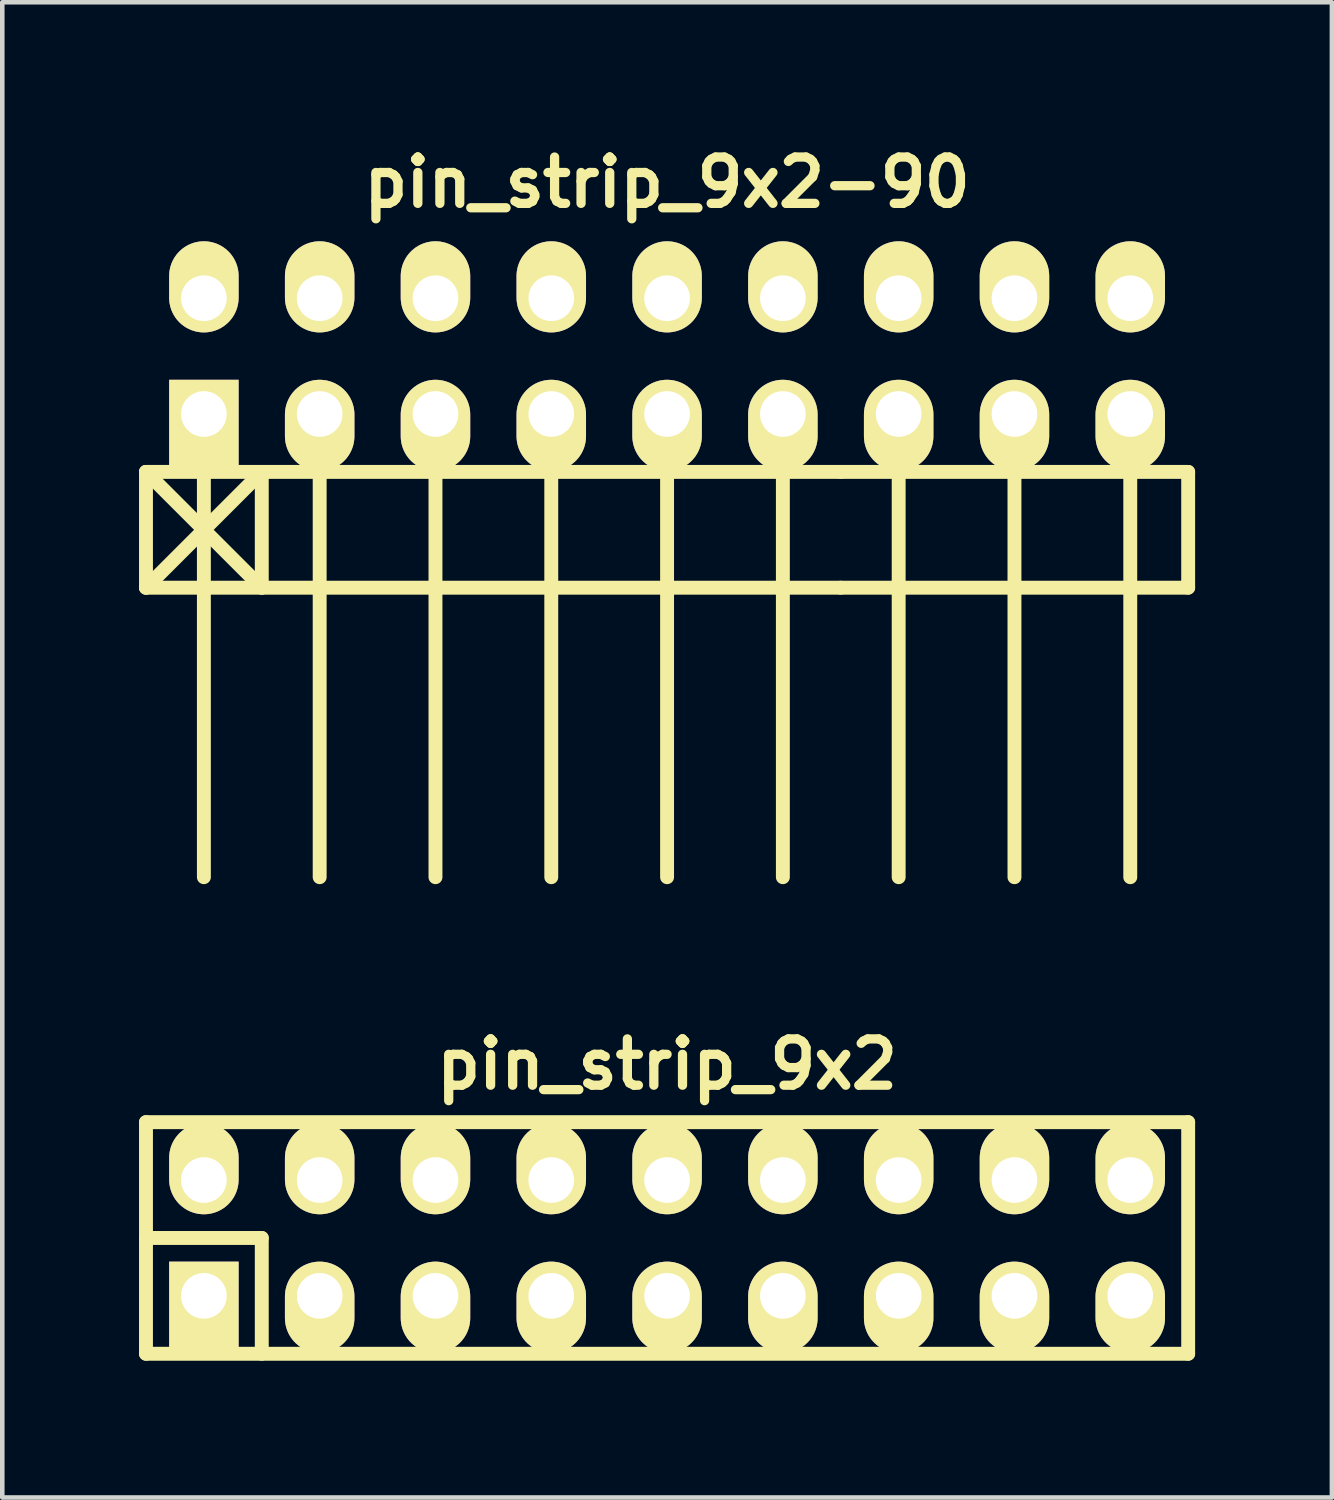
<source format=kicad_pcb>
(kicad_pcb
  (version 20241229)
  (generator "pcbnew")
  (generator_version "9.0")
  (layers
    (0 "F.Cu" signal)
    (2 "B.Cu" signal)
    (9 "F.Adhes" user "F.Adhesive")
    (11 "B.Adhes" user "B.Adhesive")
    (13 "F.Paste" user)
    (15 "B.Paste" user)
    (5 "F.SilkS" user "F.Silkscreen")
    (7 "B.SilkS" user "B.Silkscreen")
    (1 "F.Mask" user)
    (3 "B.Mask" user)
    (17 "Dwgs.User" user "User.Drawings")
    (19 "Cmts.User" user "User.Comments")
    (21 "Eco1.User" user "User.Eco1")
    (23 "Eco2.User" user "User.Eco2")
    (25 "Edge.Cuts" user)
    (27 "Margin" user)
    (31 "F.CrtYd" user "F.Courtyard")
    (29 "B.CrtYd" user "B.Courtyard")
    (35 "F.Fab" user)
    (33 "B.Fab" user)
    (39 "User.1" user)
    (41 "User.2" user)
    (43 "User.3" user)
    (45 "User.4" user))
  (footprint "pin_strip_9x2-90"
    (layer "F.Cu")
    (at 11.582 4.761)
    (property "Reference" "pin_strip_9x2-90" (at 0 -3.81 0) (layer "F.SilkS") (effects (font (size 1.016 1.016) (thickness 0.203))))
    (attr through_hole)
    (fp_line (start -11.43 2.54) (end -8.89 5.08) (stroke (width 0.305) (type solid)) (layer "F.SilkS"))
    (fp_line (start -11.43 2.54) (end 3.81 2.54) (stroke (width 0.305) (type solid)) (layer "F.SilkS"))
    (fp_line (start -11.43 5.08) (end -11.43 2.54) (stroke (width 0.305) (type solid)) (layer "F.SilkS"))
    (fp_line (start -10.16 1.27) (end -10.16 11.43) (stroke (width 0.305) (type solid)) (layer "F.SilkS"))
    (fp_line (start -8.89 2.54) (end -11.43 5.08) (stroke (width 0.305) (type solid)) (layer "F.SilkS"))
    (fp_line (start -8.89 5.08) (end -8.89 2.54) (stroke (width 0.305) (type solid)) (layer "F.SilkS"))
    (fp_line (start -7.62 1.27) (end -7.62 11.43) (stroke (width 0.305) (type solid)) (layer "F.SilkS"))
    (fp_line (start -5.08 11.43) (end -5.08 1.27) (stroke (width 0.305) (type solid)) (layer "F.SilkS"))
    (fp_line (start -2.54 1.27) (end -2.54 11.43) (stroke (width 0.305) (type solid)) (layer "F.SilkS"))
    (fp_line (start 0 1.27) (end 0 11.43) (stroke (width 0.305) (type solid)) (layer "F.SilkS"))
    (fp_line (start 2.54 1.27) (end 2.54 11.43) (stroke (width 0.305) (type solid)) (layer "F.SilkS"))
    (fp_line (start 3.81 2.54) (end 11.43 2.54) (stroke (width 0.305) (type solid)) (layer "F.SilkS"))
    (fp_line (start 3.81 5.08) (end -11.43 5.08) (stroke (width 0.305) (type solid)) (layer "F.SilkS"))
    (fp_line (start 5.08 1.27) (end 5.08 11.43) (stroke (width 0.305) (type solid)) (layer "F.SilkS"))
    (fp_line (start 7.62 1.27) (end 7.62 11.43) (stroke (width 0.305) (type solid)) (layer "F.SilkS"))
    (fp_line (start 10.16 1.27) (end 10.16 11.43) (stroke (width 0.305) (type solid)) (layer "F.SilkS"))
    (fp_line (start 11.43 2.54) (end 11.43 5.08) (stroke (width 0.305) (type solid)) (layer "F.SilkS"))
    (fp_line (start 11.43 5.08) (end 3.81 5.08) (stroke (width 0.305) (type solid)) (layer "F.SilkS"))
    (pad "1" thru_hole rect (at -10.16 1.27) (size 1.524 1.999) (drill 1.001 (offset 0 0.249)) (layers "*.Cu" "*.Mask" "F.SilkS"))
    (pad "2" thru_hole oval (at -10.16 -1.27) (size 1.524 1.999) (drill 1.001 (offset 0 -0.249)) (layers "*.Cu" "*.Mask" "F.SilkS"))
    (pad "3" thru_hole oval (at -7.62 1.27) (size 1.524 1.999) (drill 1.001 (offset 0 0.249)) (layers "*.Cu" "*.Mask" "F.SilkS"))
    (pad "4" thru_hole oval (at -7.62 -1.27) (size 1.524 1.999) (drill 1.001 (offset 0 -0.249)) (layers "*.Cu" "*.Mask" "F.SilkS"))
    (pad "5" thru_hole oval (at -5.08 1.27) (size 1.524 1.999) (drill 1.001 (offset 0 0.249)) (layers "*.Cu" "*.Mask" "F.SilkS"))
    (pad "6" thru_hole oval (at -5.08 -1.27) (size 1.524 1.999) (drill 1.001 (offset 0 -0.249)) (layers "*.Cu" "*.Mask" "F.SilkS"))
    (pad "7" thru_hole oval (at -2.54 1.27) (size 1.524 1.999) (drill 1.001 (offset 0 0.249)) (layers "*.Cu" "*.Mask" "F.SilkS"))
    (pad "8" thru_hole oval (at -2.54 -1.27) (size 1.524 1.999) (drill 1.001 (offset 0 -0.249)) (layers "*.Cu" "*.Mask" "F.SilkS"))
    (pad "9" thru_hole oval (at 0 1.27) (size 1.524 1.999) (drill 1.001 (offset 0 0.249)) (layers "*.Cu" "*.Mask" "F.SilkS"))
    (pad "10" thru_hole oval (at 0 -1.27) (size 1.524 1.999) (drill 1.001 (offset 0 -0.249)) (layers "*.Cu" "*.Mask" "F.SilkS"))
    (pad "11" thru_hole oval (at 2.54 1.27) (size 1.524 1.999) (drill 1.001 (offset 0 0.249)) (layers "*.Cu" "*.Mask" "F.SilkS"))
    (pad "12" thru_hole oval (at 2.54 -1.27) (size 1.524 1.999) (drill 1.001 (offset 0 -0.249)) (layers "*.Cu" "*.Mask" "F.SilkS"))
    (pad "13" thru_hole oval (at 5.08 1.27) (size 1.524 1.999) (drill 1.001 (offset 0 0.249)) (layers "*.Cu" "*.Mask" "F.SilkS"))
    (pad "14" thru_hole oval (at 5.08 -1.27) (size 1.524 1.999) (drill 1.001 (offset 0 -0.249)) (layers "*.Cu" "*.Mask" "F.SilkS"))
    (pad "15" thru_hole oval (at 7.62 1.27) (size 1.524 1.999) (drill 1.001 (offset 0 0.249)) (layers "*.Cu" "*.Mask" "F.SilkS"))
    (pad "16" thru_hole oval (at 7.62 -1.27) (size 1.524 1.999) (drill 1.001 (offset 0 -0.249)) (layers "*.Cu" "*.Mask" "F.SilkS"))
    (pad "17" thru_hole oval (at 10.16 1.27) (size 1.524 1.999) (drill 1.001 (offset 0 0.249)) (layers "*.Cu" "*.Mask" "F.SilkS"))
    (pad "18" thru_hole oval (at 10.16 -1.27) (size 1.524 1.999) (drill 1.001 (offset 0 -0.249)) (layers "*.Cu" "*.Mask" "F.SilkS")))
  (footprint "pin_strip_9x2"
    (layer "F.Cu")
    (at 11.582 24.104)
    (property "Reference" "pin_strip_9x2" (at 0 -3.81 0) (layer "F.SilkS") (effects (font (size 1.016 1.016) (thickness 0.203))))
    (attr through_hole)
    (fp_line (start -11.43 -2.54) (end -11.43 2.54) (stroke (width 0.305) (type solid)) (layer "F.SilkS"))
    (fp_line (start -11.43 -2.54) (end 11.43 -2.54) (stroke (width 0.305) (type solid)) (layer "F.SilkS"))
    (fp_line (start -11.43 0) (end -8.89 0) (stroke (width 0.305) (type solid)) (layer "F.SilkS"))
    (fp_line (start -8.89 0) (end -8.89 2.54) (stroke (width 0.305) (type solid)) (layer "F.SilkS"))
    (fp_line (start 11.43 -2.54) (end 11.43 2.54) (stroke (width 0.305) (type solid)) (layer "F.SilkS"))
    (fp_line (start 11.43 2.54) (end -11.43 2.54) (stroke (width 0.305) (type solid)) (layer "F.SilkS"))
    (pad "1" thru_hole rect (at -10.16 1.27) (size 1.524 1.999) (drill 1.001 (offset 0 0.249)) (layers "*.Cu" "*.Mask" "F.SilkS"))
    (pad "2" thru_hole oval (at -10.16 -1.27) (size 1.524 1.999) (drill 1.001 (offset 0 -0.249)) (layers "*.Cu" "*.Mask" "F.SilkS"))
    (pad "3" thru_hole oval (at -7.62 1.27) (size 1.524 1.999) (drill 1.001 (offset 0 0.249)) (layers "*.Cu" "*.Mask" "F.SilkS"))
    (pad "4" thru_hole oval (at -7.62 -1.27) (size 1.524 1.999) (drill 1.001 (offset 0 -0.249)) (layers "*.Cu" "*.Mask" "F.SilkS"))
    (pad "5" thru_hole oval (at -5.08 1.27) (size 1.524 1.999) (drill 1.001 (offset 0 0.249)) (layers "*.Cu" "*.Mask" "F.SilkS"))
    (pad "6" thru_hole oval (at -5.08 -1.27) (size 1.524 1.999) (drill 1.001 (offset 0 -0.249)) (layers "*.Cu" "*.Mask" "F.SilkS"))
    (pad "7" thru_hole oval (at -2.54 1.27) (size 1.524 1.999) (drill 1.001 (offset 0 0.249)) (layers "*.Cu" "*.Mask" "F.SilkS"))
    (pad "8" thru_hole oval (at -2.54 -1.27) (size 1.524 1.999) (drill 1.001 (offset 0 -0.249)) (layers "*.Cu" "*.Mask" "F.SilkS"))
    (pad "9" thru_hole oval (at 0 1.27) (size 1.524 1.999) (drill 1.001 (offset 0 0.249)) (layers "*.Cu" "*.Mask" "F.SilkS"))
    (pad "10" thru_hole oval (at 0 -1.27) (size 1.524 1.999) (drill 1.001 (offset 0 -0.249)) (layers "*.Cu" "*.Mask" "F.SilkS"))
    (pad "11" thru_hole oval (at 2.54 1.27) (size 1.524 1.999) (drill 1.001 (offset 0 0.249)) (layers "*.Cu" "*.Mask" "F.SilkS"))
    (pad "12" thru_hole oval (at 2.54 -1.27) (size 1.524 1.999) (drill 1.001 (offset 0 -0.249)) (layers "*.Cu" "*.Mask" "F.SilkS"))
    (pad "13" thru_hole oval (at 5.08 1.27) (size 1.524 1.999) (drill 1.001 (offset 0 0.249)) (layers "*.Cu" "*.Mask" "F.SilkS"))
    (pad "14" thru_hole oval (at 5.08 -1.27) (size 1.524 1.999) (drill 1.001 (offset 0 -0.249)) (layers "*.Cu" "*.Mask" "F.SilkS"))
    (pad "15" thru_hole oval (at 7.62 1.27) (size 1.524 1.999) (drill 1.001 (offset 0 0.249)) (layers "*.Cu" "*.Mask" "F.SilkS"))
    (pad "16" thru_hole oval (at 7.62 -1.27) (size 1.524 1.999) (drill 1.001 (offset 0 -0.249)) (layers "*.Cu" "*.Mask" "F.SilkS"))
    (pad "17" thru_hole oval (at 10.16 1.27) (size 1.524 1.999) (drill 1.001 (offset 0 0.249)) (layers "*.Cu" "*.Mask" "F.SilkS"))
    (pad "18" thru_hole oval (at 10.16 -1.27) (size 1.524 1.999) (drill 1.001 (offset 0 -0.249)) (layers "*.Cu" "*.Mask" "F.SilkS")))
  (gr_rect
    (start -3 -3)
    (end 26.165 29.797)
    (stroke (width 0.1) (type default))
    (fill no)
    (layer "Edge.Cuts")))
</source>
